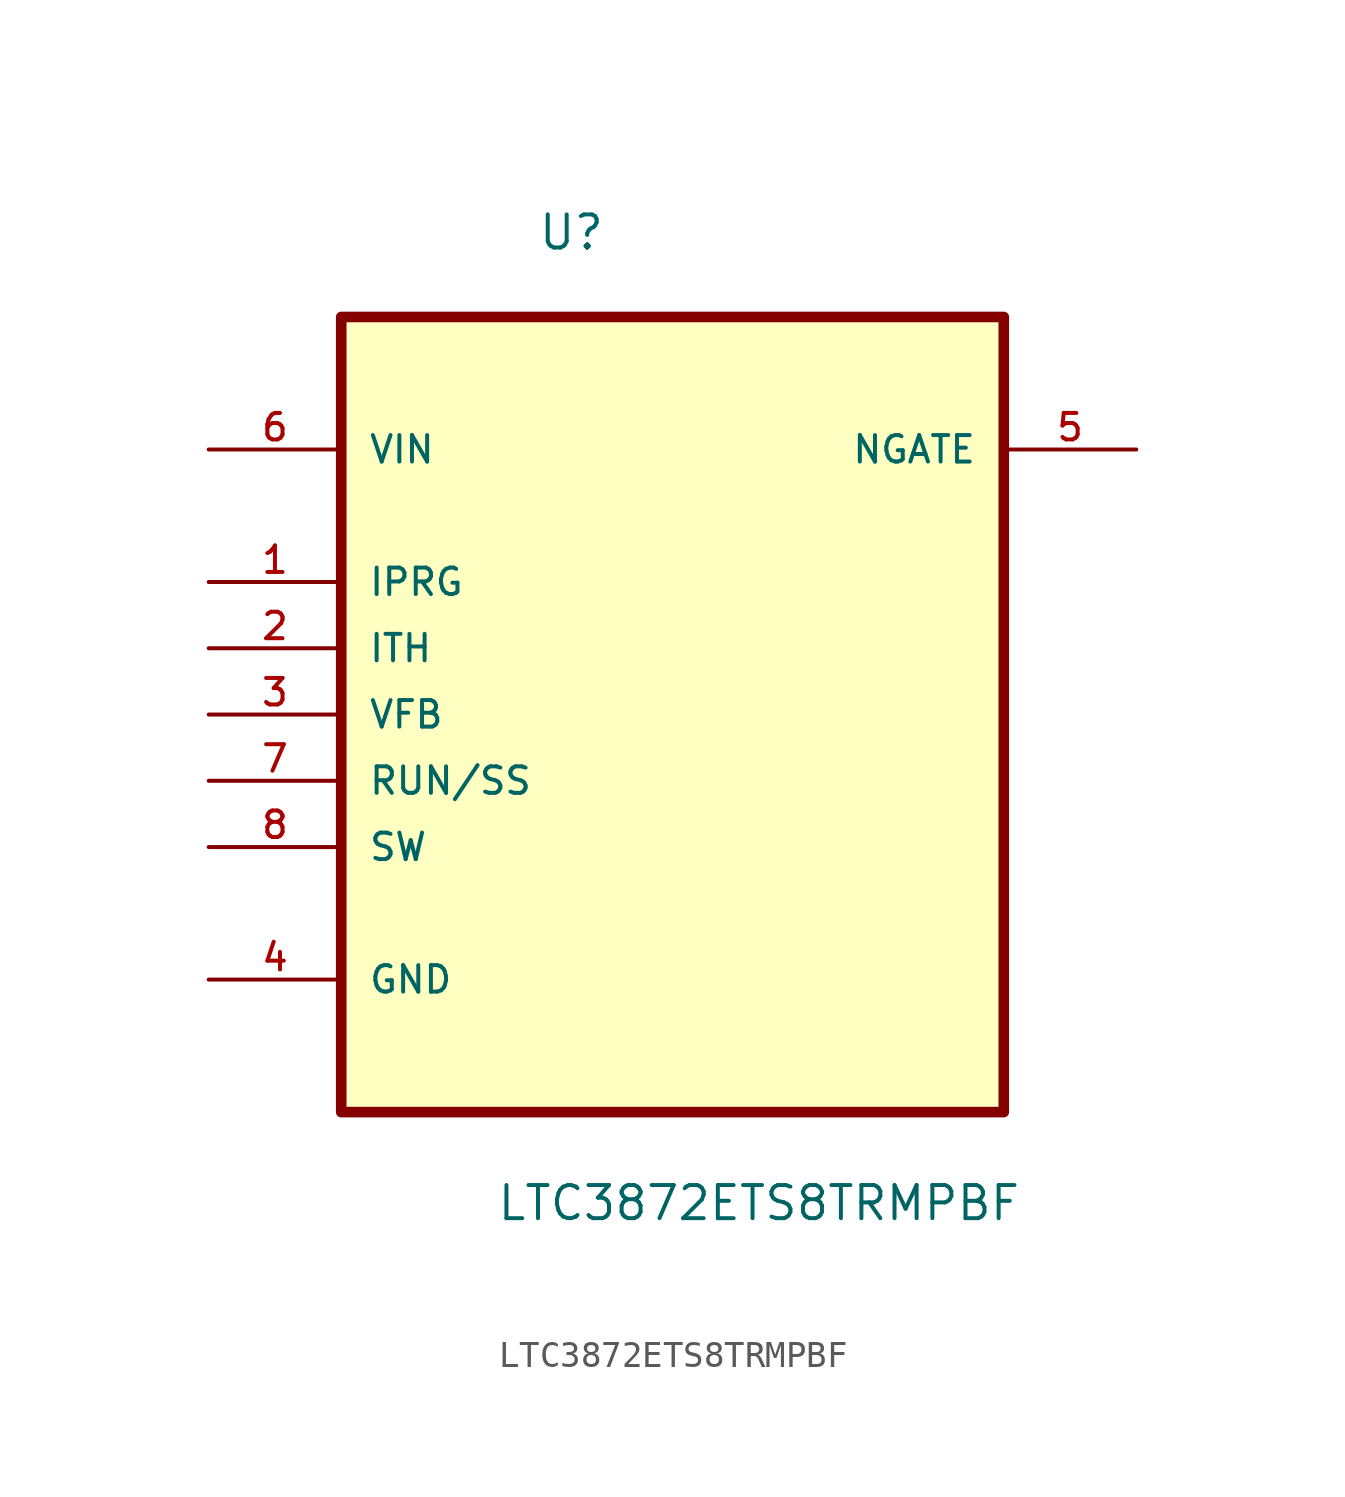
<source format=kicad_sym>
(kicad_symbol_lib
  (version 20211014)
  (generator kicad_symbol_editor)
  (symbol "LTC3872ETS8TRMPBF"
    (pin_names
      (offset 1.016))
    (property "Reference" "U"
      (at -5.185 15.198 0.0)
      (effects (font (size 1.27 1.27)) (justify bottom left)))
    (property "Value" "LTC3872ETS8TRMPBF"
      (at -6.768 -22.01 0.0)
      (effects (font (size 1.27 1.27)) (justify bottom left)))
    (symbol "LTC3872ETS8TRMPBF_0_0"
      (rectangle (start -12.7 -17.78) (end 12.7 12.7) (stroke (width 0.406)) (fill (type background)))
      (pin power_in line (at -17.78 7.62 0) (length 5.08) (name "VIN" (effects (font (size 1.016 1.016)))) (number "6" (effects (font (size 1.016 1.016)))))
      (pin input line (at -17.78 2.54 0) (length 5.08) (name "IPRG" (effects (font (size 1.016 1.016)))) (number "1" (effects (font (size 1.016 1.016)))))
      (pin input line (at -17.78 0.0 0) (length 5.08) (name "ITH" (effects (font (size 1.016 1.016)))) (number "2" (effects (font (size 1.016 1.016)))))
      (pin input line (at -17.78 -2.54 0) (length 5.08) (name "VFB" (effects (font (size 1.016 1.016)))) (number "3" (effects (font (size 1.016 1.016)))))
      (pin input line (at -17.78 -5.08 0) (length 5.08) (name "RUN/SS" (effects (font (size 1.016 1.016)))) (number "7" (effects (font (size 1.016 1.016)))))
      (pin passive line (at -17.78 -7.62 0) (length 5.08) (name "SW" (effects (font (size 1.016 1.016)))) (number "8" (effects (font (size 1.016 1.016)))))
      (pin passive line (at -17.78 -12.7 0) (length 5.08) (name "GND" (effects (font (size 1.016 1.016)))) (number "4" (effects (font (size 1.016 1.016)))))
      (pin output line (at 17.78 7.62 180.0) (length 5.08) (name "NGATE" (effects (font (size 1.016 1.016)))) (number "5" (effects (font (size 1.016 1.016))))))))
</source>
